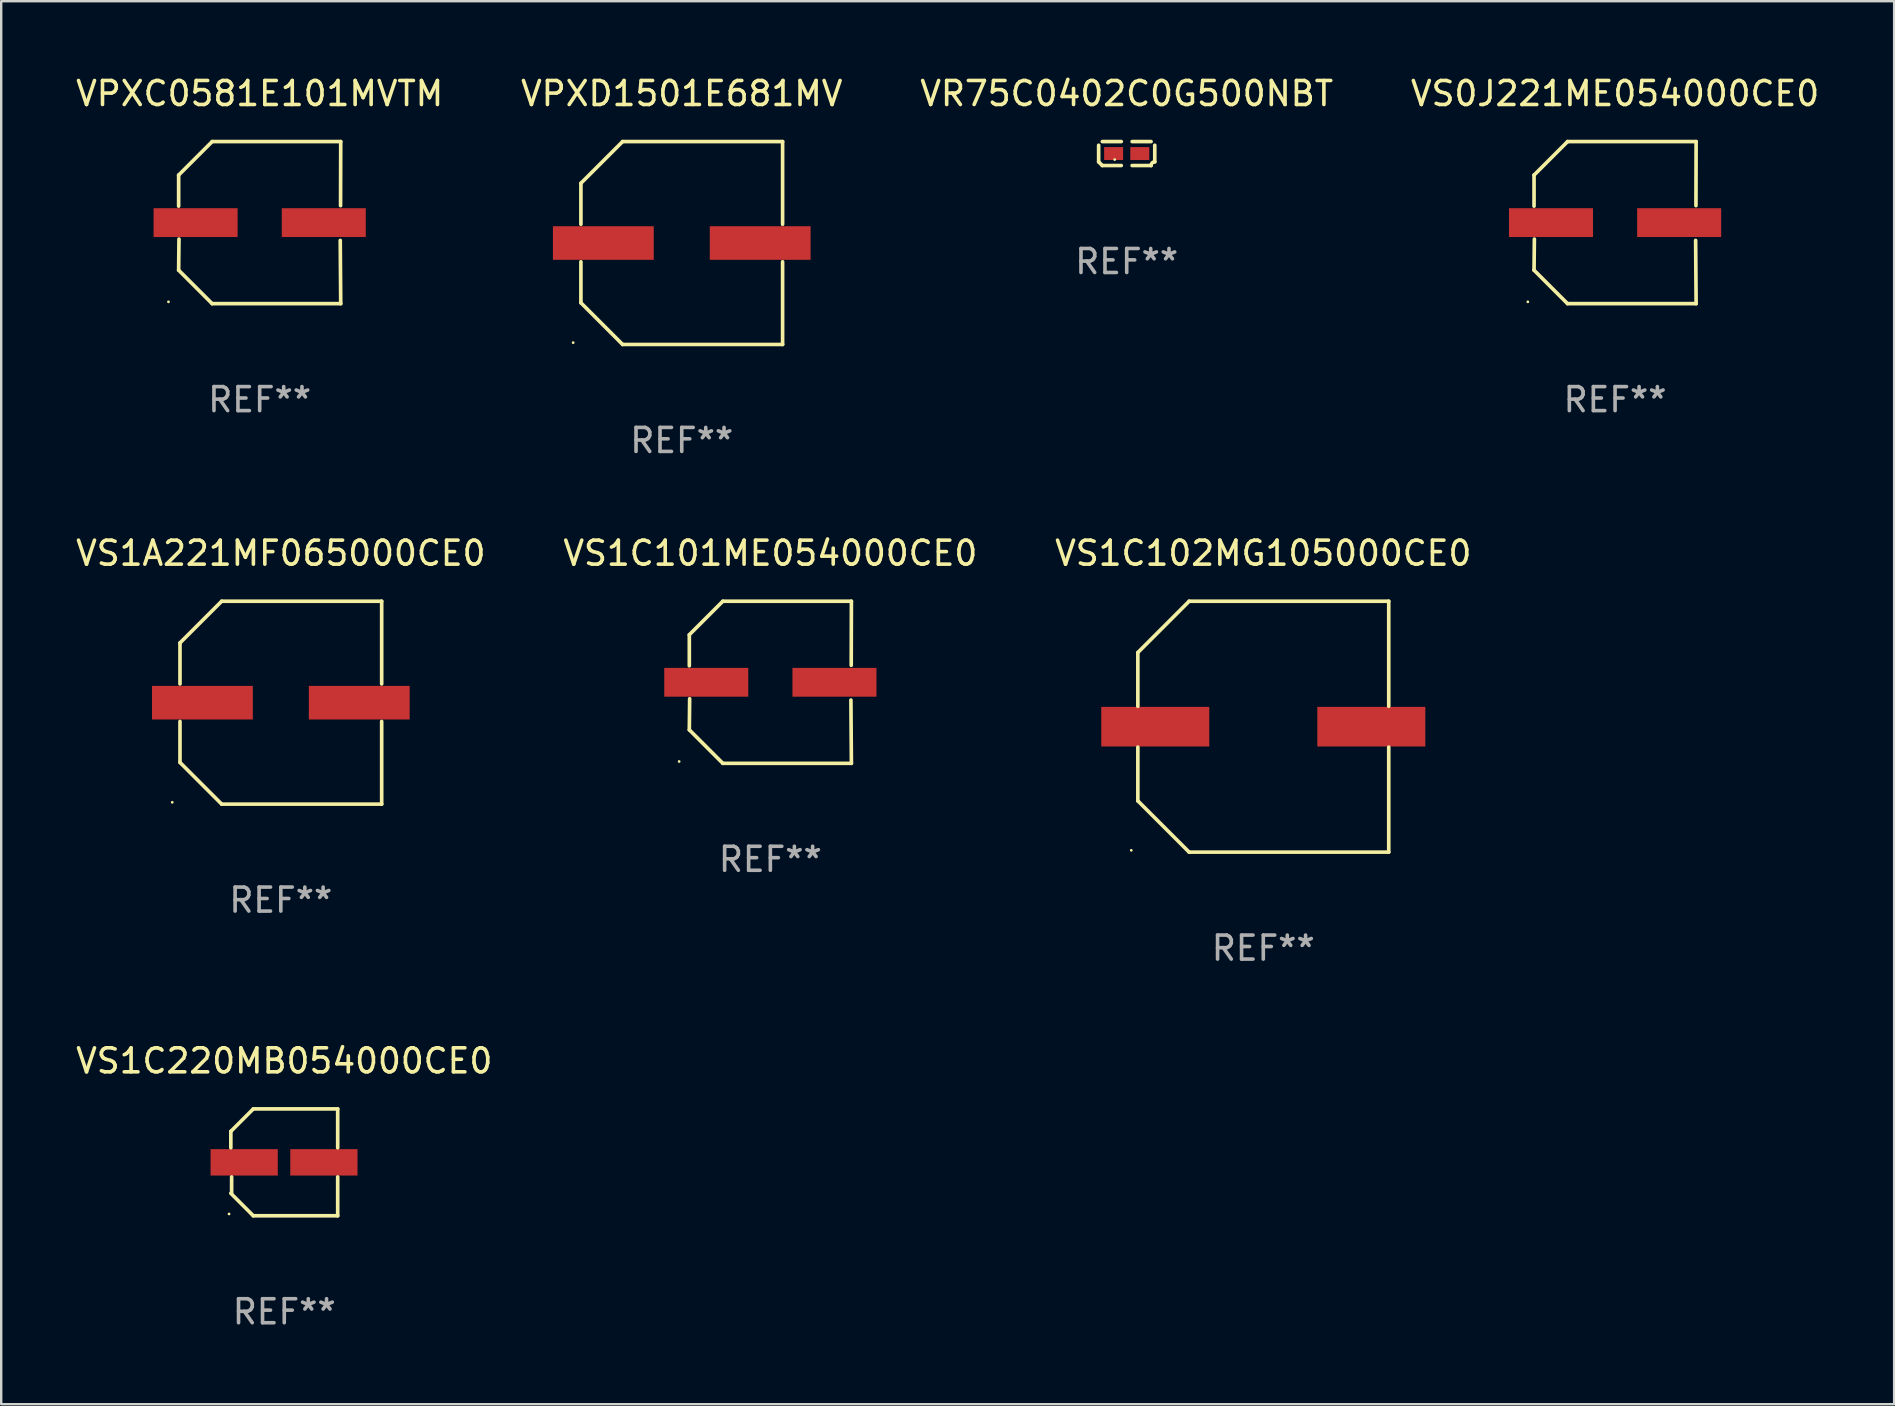
<source format=kicad_pcb>
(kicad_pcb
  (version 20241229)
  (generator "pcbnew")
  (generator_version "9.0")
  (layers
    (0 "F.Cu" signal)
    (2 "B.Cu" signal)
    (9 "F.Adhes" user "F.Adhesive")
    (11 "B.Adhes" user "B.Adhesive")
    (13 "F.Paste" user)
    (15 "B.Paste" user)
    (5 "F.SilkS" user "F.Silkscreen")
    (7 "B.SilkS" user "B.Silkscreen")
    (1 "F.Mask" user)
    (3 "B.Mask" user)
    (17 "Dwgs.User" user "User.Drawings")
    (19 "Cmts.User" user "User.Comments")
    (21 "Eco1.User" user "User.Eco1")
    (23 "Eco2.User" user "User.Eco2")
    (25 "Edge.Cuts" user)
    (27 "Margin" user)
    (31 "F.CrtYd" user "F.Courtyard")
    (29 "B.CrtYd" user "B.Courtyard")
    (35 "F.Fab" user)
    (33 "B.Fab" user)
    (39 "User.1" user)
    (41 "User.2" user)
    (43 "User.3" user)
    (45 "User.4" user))
  (footprint "VS1C102MG105000CE0"
    (layer "F.Cu")
    (at 49.577 27.223)
    (property "Reference" "VS1C102MG105000CE0" (at 0 -7.226 0) (layer "F.SilkS") (effects (font (size 1 1) (thickness 0.15))))
    (attr through_hole)
    (fp_line (start -5.226 -3.09) (end -5.226 -0.852) (stroke (width 0.152) (type solid)) (layer "F.SilkS"))
    (fp_line (start -5.226 3.09) (end -5.226 0.852) (stroke (width 0.152) (type solid)) (layer "F.SilkS"))
    (fp_line (start -3.09 -5.226) (end -5.226 -3.09) (stroke (width 0.152) (type solid)) (layer "F.SilkS"))
    (fp_line (start -3.09 5.226) (end -5.226 3.09) (stroke (width 0.152) (type solid)) (layer "F.SilkS"))
    (fp_line (start 5.226 -5.226) (end -3.09 -5.226) (stroke (width 0.152) (type solid)) (layer "F.SilkS"))
    (fp_line (start 5.226 -0.852) (end 5.226 -5.226) (stroke (width 0.152) (type solid)) (layer "F.SilkS"))
    (fp_line (start 5.226 0.852) (end 5.226 5.226) (stroke (width 0.152) (type solid)) (layer "F.SilkS"))
    (fp_line (start 5.226 5.226) (end -3.09 5.226) (stroke (width 0.152) (type solid)) (layer "F.SilkS"))
    (fp_circle (center -5.5 5.15) (end -5.47 5.15) (stroke (width 0.06) (type solid)) (fill no) (layer "F.SilkS"))
    (fp_text user "REF**" (at 0 9.226 0) (layer "F.Fab") (effects (font (size 1 1) (thickness 0.15))))
    (pad "1" smd rect (at -4.5 -0.000025) (size 4.5 1.65) (layers "F.Cu" "F.Mask" "F.Paste"))
    (pad "2" smd rect (at 4.5 -0.000025) (size 4.5 1.65) (layers "F.Cu" "F.Mask" "F.Paste")))
  (footprint "VS1A221MF065000CE0"
    (layer "F.Cu")
    (at 8.649 26.223)
    (property "Reference" "VS1A221MF065000CE0" (at 0 -6.226 0) (layer "F.SilkS") (effects (font (size 1 1) (thickness 0.15))))
    (attr through_hole)
    (fp_line (start -4.201 -2.49) (end -4.201 -0.782) (stroke (width 0.152) (type solid)) (layer "F.SilkS"))
    (fp_line (start -4.201 2.49) (end -4.201 0.782) (stroke (width 0.152) (type solid)) (layer "F.SilkS"))
    (fp_line (start -2.465 -4.226) (end -4.201 -2.49) (stroke (width 0.152) (type solid)) (layer "F.SilkS"))
    (fp_line (start -2.465 4.226) (end -4.201 2.49) (stroke (width 0.152) (type solid)) (layer "F.SilkS"))
    (fp_line (start 4.201 -4.226) (end -2.465 -4.226) (stroke (width 0.152) (type solid)) (layer "F.SilkS"))
    (fp_line (start 4.201 -0.782) (end 4.201 -4.226) (stroke (width 0.152) (type solid)) (layer "F.SilkS"))
    (fp_line (start 4.201 0.782) (end 4.201 4.226) (stroke (width 0.152) (type solid)) (layer "F.SilkS"))
    (fp_line (start 4.201 4.226) (end -2.465 4.226) (stroke (width 0.152) (type solid)) (layer "F.SilkS"))
    (fp_circle (center -4.524 4.15) (end -4.494 4.15) (stroke (width 0.06) (type solid)) (fill no) (layer "F.SilkS"))
    (fp_text user "REF**" (at 0 8.226 0) (layer "F.Fab") (effects (font (size 1 1) (thickness 0.15))))
    (pad "1" smd rect (at -3.267 0) (size 4.2 1.4) (layers "F.Cu" "F.Mask" "F.Paste"))
    (pad "2" smd rect (at 3.267 0) (size 4.2 1.4) (layers "F.Cu" "F.Mask" "F.Paste")))
  (footprint "VPXD1501E681MV"
    (layer "F.Cu")
    (at 25.351 7.074)
    (property "Reference" "VPXD1501E681MV" (at 0 -6.226 0) (layer "F.SilkS") (effects (font (size 1 1) (thickness 0.15))))
    (attr through_hole)
    (fp_line (start -4.201 -2.49) (end -4.201 -0.782) (stroke (width 0.152) (type solid)) (layer "F.SilkS"))
    (fp_line (start -4.201 2.49) (end -4.201 0.782) (stroke (width 0.152) (type solid)) (layer "F.SilkS"))
    (fp_line (start -2.465 -4.226) (end -4.201 -2.49) (stroke (width 0.152) (type solid)) (layer "F.SilkS"))
    (fp_line (start -2.465 4.226) (end -4.201 2.49) (stroke (width 0.152) (type solid)) (layer "F.SilkS"))
    (fp_line (start 4.201 -4.226) (end -2.465 -4.226) (stroke (width 0.152) (type solid)) (layer "F.SilkS"))
    (fp_line (start 4.201 -0.782) (end 4.201 -4.226) (stroke (width 0.152) (type solid)) (layer "F.SilkS"))
    (fp_line (start 4.201 0.782) (end 4.201 4.226) (stroke (width 0.152) (type solid)) (layer "F.SilkS"))
    (fp_line (start 4.201 4.226) (end -2.465 4.226) (stroke (width 0.152) (type solid)) (layer "F.SilkS"))
    (fp_circle (center -4.524 4.15) (end -4.494 4.15) (stroke (width 0.06) (type solid)) (fill no) (layer "F.SilkS"))
    (fp_text user "REF**" (at 0 8.226 0) (layer "F.Fab") (effects (font (size 1 1) (thickness 0.15))))
    (pad "1" smd rect (at -3.267 0) (size 4.2 1.4) (layers "F.Cu" "F.Mask" "F.Paste"))
    (pad "2" smd rect (at 3.267 0) (size 4.2 1.4) (layers "F.Cu" "F.Mask" "F.Paste")))
  (footprint "VS1C101ME054000CE0"
    (layer "F.Cu")
    (at 29.042 25.373)
    (property "Reference" "VS1C101ME054000CE0" (at 0 -5.376 0) (layer "F.SilkS") (effects (font (size 1 1) (thickness 0.15))))
    (attr through_hole)
    (fp_line (start -3.376 -1.98) (end -3.376 -0.686) (stroke (width 0.152) (type solid)) (layer "F.SilkS"))
    (fp_line (start -3.376 1.981) (end -3.362 0.686) (stroke (width 0.152) (type solid)) (layer "F.SilkS"))
    (fp_line (start -1.981 3.376) (end -3.376 1.981) (stroke (width 0.152) (type solid)) (layer "F.SilkS"))
    (fp_line (start -1.98 -3.376) (end -3.376 -1.98) (stroke (width 0.152) (type solid)) (layer "F.SilkS"))
    (fp_line (start 3.356 0.74) (end 3.376 3.376) (stroke (width 0.152) (type solid)) (layer "F.SilkS"))
    (fp_line (start 3.369 -0.707) (end 3.376 -3.376) (stroke (width 0.152) (type solid)) (layer "F.SilkS"))
    (fp_line (start 3.376 3.376) (end -1.981 3.376) (stroke (width 0.152) (type solid)) (layer "F.SilkS"))
    (fp_line (start 3.376 -3.376) (end -1.98 -3.376) (stroke (width 0.152) (type solid)) (layer "F.SilkS"))
    (fp_circle (center -3.8 3.3) (end -3.77 3.3) (stroke (width 0.06) (type solid)) (fill no) (layer "F.SilkS"))
    (fp_text user "REF**" (at 0 7.376 0) (layer "F.Fab") (effects (font (size 1 1) (thickness 0.15))))
    (pad "1" smd rect (at -2.67 0.000203) (size 3.5 1.2) (layers "F.Cu" "F.Mask" "F.Paste"))
    (pad "2" smd rect (at 2.67 0.000203) (size 3.5 1.2) (layers "F.Cu" "F.Mask" "F.Paste")))
  (footprint "VR75C0402C0G500NBT"
    (layer "F.Cu")
    (at 43.887 3.347)
    (property "Reference" "VR75C0402C0G500NBT" (at 0 -2.499 0) (layer "F.SilkS") (effects (font (size 1 1) (thickness 0.15))))
    (attr through_hole)
    (fp_line (start -1.169 0.346) (end -1.169 -0.346) (stroke (width 0.152) (type solid)) (layer "F.SilkS"))
    (fp_line (start -1.016 -0.499) (end -0.226 -0.499) (stroke (width 0.152) (type solid)) (layer "F.SilkS"))
    (fp_line (start -0.226 0.499) (end -1.016 0.499) (stroke (width 0.152) (type solid)) (layer "F.SilkS"))
    (fp_line (start 0.226 0.499) (end 1.016 0.499) (stroke (width 0.152) (type solid)) (layer "F.SilkS"))
    (fp_line (start 1.016 -0.499) (end 0.226 -0.499) (stroke (width 0.152) (type solid)) (layer "F.SilkS"))
    (fp_line (start 1.169 0.346) (end 1.169 -0.346) (stroke (width 0.152) (type solid)) (layer "F.SilkS"))
    (fp_arc (start -1.016307 0.498603) (mid -1.092512 0.422405) (end -1.16871 0.3462) (stroke (width 0.1524) (type solid)) (layer "F.SilkS"))
    (fp_arc (start 1.016307 0.498603) (mid 1.060899 0.390758) (end 1.168707 0.346076) (stroke (width 0.1524) (type solid)) (layer "F.SilkS"))
    (fp_circle (center -0.5 0.25) (end -0.47 0.25) (stroke (width 0.06) (type solid)) (fill no) (layer "F.SilkS"))
    (fp_text user "REF**" (at 0 4.499 0) (layer "F.Fab") (effects (font (size 1 1) (thickness 0.15))))
    (pad "1" smd rect (at -0.545 0) (size 0.79 0.54) (layers "F.Cu" "F.Mask" "F.Paste"))
    (pad "2" smd rect (at 0.545 0) (size 0.79 0.54) (layers "F.Cu" "F.Mask" "F.Paste")))
  (footprint "VS0J221ME054000CE0"
    (layer "F.Cu")
    (at 64.232 6.224)
    (property "Reference" "VS0J221ME054000CE0" (at 0 -5.376 0) (layer "F.SilkS") (effects (font (size 1 1) (thickness 0.15))))
    (attr through_hole)
    (fp_line (start -3.376 -1.98) (end -3.376 -0.686) (stroke (width 0.152) (type solid)) (layer "F.SilkS"))
    (fp_line (start -3.376 1.981) (end -3.362 0.686) (stroke (width 0.152) (type solid)) (layer "F.SilkS"))
    (fp_line (start -1.981 3.376) (end -3.376 1.981) (stroke (width 0.152) (type solid)) (layer "F.SilkS"))
    (fp_line (start -1.98 -3.376) (end -3.376 -1.98) (stroke (width 0.152) (type solid)) (layer "F.SilkS"))
    (fp_line (start 3.356 0.74) (end 3.376 3.376) (stroke (width 0.152) (type solid)) (layer "F.SilkS"))
    (fp_line (start 3.369 -0.707) (end 3.376 -3.376) (stroke (width 0.152) (type solid)) (layer "F.SilkS"))
    (fp_line (start 3.376 3.376) (end -1.981 3.376) (stroke (width 0.152) (type solid)) (layer "F.SilkS"))
    (fp_line (start 3.376 -3.376) (end -1.98 -3.376) (stroke (width 0.152) (type solid)) (layer "F.SilkS"))
    (fp_circle (center -3.634 3.3) (end -3.604 3.3) (stroke (width 0.06) (type solid)) (fill no) (layer "F.SilkS"))
    (fp_text user "REF**" (at 0 7.376 0) (layer "F.Fab") (effects (font (size 1 1) (thickness 0.15))))
    (pad "1" smd rect (at -2.67 0.000254) (size 3.5 1.2) (layers "F.Cu" "F.Mask" "F.Paste"))
    (pad "2" smd rect (at 2.67 0.000254) (size 3.5 1.2) (layers "F.Cu" "F.Mask" "F.Paste")))
  (footprint "VS1C220MB054000CE0"
    (layer "F.Cu")
    (at 8.792 45.372)
    (property "Reference" "VS1C220MB054000CE0" (at 0 -4.226 0) (layer "F.SilkS") (effects (font (size 1 1) (thickness 0.15))))
    (attr through_hole)
    (fp_line (start -2.226 -1.29) (end -2.226 -0.607) (stroke (width 0.152) (type solid)) (layer "F.SilkS"))
    (fp_line (start -2.193 1.29) (end -2.193 0.607) (stroke (width 0.152) (type solid)) (layer "F.SilkS"))
    (fp_line (start -1.29 2.226) (end -2.226 1.29) (stroke (width 0.152) (type solid)) (layer "F.SilkS"))
    (fp_line (start -1.29 -2.226) (end -2.226 -1.29) (stroke (width 0.152) (type solid)) (layer "F.SilkS"))
    (fp_line (start 2.226 -2.226) (end -1.29 -2.226) (stroke (width 0.152) (type solid)) (layer "F.SilkS"))
    (fp_line (start 2.226 -0.607) (end 2.226 -2.226) (stroke (width 0.152) (type solid)) (layer "F.SilkS"))
    (fp_line (start 2.226 0.607) (end 2.226 2.226) (stroke (width 0.152) (type solid)) (layer "F.SilkS"))
    (fp_line (start 2.226 2.226) (end -1.29 2.226) (stroke (width 0.152) (type solid)) (layer "F.SilkS"))
    (fp_circle (center -2.3 2.15) (end -2.27 2.15) (stroke (width 0.06) (type solid)) (fill no) (layer "F.SilkS"))
    (fp_text user "REF**" (at 0 6.226 0) (layer "F.Fab") (effects (font (size 1 1) (thickness 0.15))))
    (pad "1" smd rect (at -1.67 -0.000025) (size 2.8 1.1) (layers "F.Cu" "F.Mask" "F.Paste"))
    (pad "2" smd rect (at 1.651 -0.000025) (size 2.8 1.1) (layers "F.Cu" "F.Mask" "F.Paste")))
  (footprint "VPXC0581E101MVTM"
    (layer "F.Cu")
    (at 7.768 6.224)
    (property "Reference" "VPXC0581E101MVTM" (at 0 -5.376 0) (layer "F.SilkS") (effects (font (size 1 1) (thickness 0.15))))
    (attr through_hole)
    (fp_line (start -3.376 -1.98) (end -3.376 -0.686) (stroke (width 0.152) (type solid)) (layer "F.SilkS"))
    (fp_line (start -3.376 1.981) (end -3.362 0.686) (stroke (width 0.152) (type solid)) (layer "F.SilkS"))
    (fp_line (start -1.981 3.376) (end -3.376 1.981) (stroke (width 0.152) (type solid)) (layer "F.SilkS"))
    (fp_line (start -1.98 -3.376) (end -3.376 -1.98) (stroke (width 0.152) (type solid)) (layer "F.SilkS"))
    (fp_line (start 3.356 0.74) (end 3.376 3.376) (stroke (width 0.152) (type solid)) (layer "F.SilkS"))
    (fp_line (start 3.369 -0.707) (end 3.376 -3.376) (stroke (width 0.152) (type solid)) (layer "F.SilkS"))
    (fp_line (start 3.376 3.376) (end -1.981 3.376) (stroke (width 0.152) (type solid)) (layer "F.SilkS"))
    (fp_line (start 3.376 -3.376) (end -1.98 -3.376) (stroke (width 0.152) (type solid)) (layer "F.SilkS"))
    (fp_circle (center -3.8 3.3) (end -3.77 3.3) (stroke (width 0.06) (type solid)) (fill no) (layer "F.SilkS"))
    (fp_text user "REF**" (at 0 7.376 0) (layer "F.Fab") (effects (font (size 1 1) (thickness 0.15))))
    (pad "1" smd rect (at -2.67 0.000203) (size 3.5 1.2) (layers "F.Cu" "F.Mask" "F.Paste"))
    (pad "2" smd rect (at 2.67 0.000203) (size 3.5 1.2) (layers "F.Cu" "F.Mask" "F.Paste")))
  (gr_rect
    (start -3 -3)
    (end 75.857 55.447)
    (stroke (width 0.1) (type default))
    (fill no)
    (layer "Edge.Cuts")))
</source>
